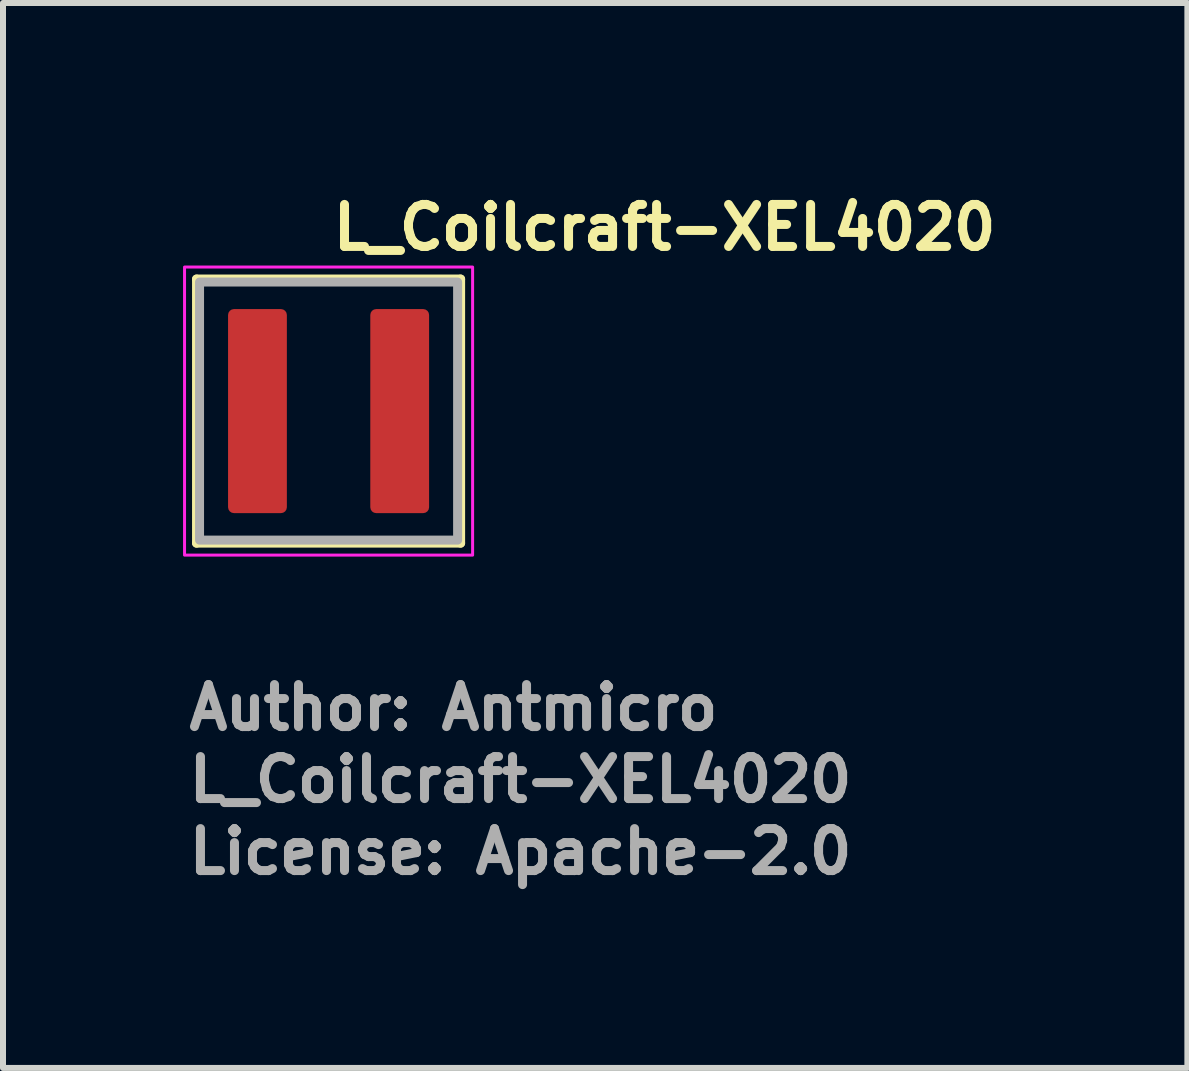
<source format=kicad_pcb>
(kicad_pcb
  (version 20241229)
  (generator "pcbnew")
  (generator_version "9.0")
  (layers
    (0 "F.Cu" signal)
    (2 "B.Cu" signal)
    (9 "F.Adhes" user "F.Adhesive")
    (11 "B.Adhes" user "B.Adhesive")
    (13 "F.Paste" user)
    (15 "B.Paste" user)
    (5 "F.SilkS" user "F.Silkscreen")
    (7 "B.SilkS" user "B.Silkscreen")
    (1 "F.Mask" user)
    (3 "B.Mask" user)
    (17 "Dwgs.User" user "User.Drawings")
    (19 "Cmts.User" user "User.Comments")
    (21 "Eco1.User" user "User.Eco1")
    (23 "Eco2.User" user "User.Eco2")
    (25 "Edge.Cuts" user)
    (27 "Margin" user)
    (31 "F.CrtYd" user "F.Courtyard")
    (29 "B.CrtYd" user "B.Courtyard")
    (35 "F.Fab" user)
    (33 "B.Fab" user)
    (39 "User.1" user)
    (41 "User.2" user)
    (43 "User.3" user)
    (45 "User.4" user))
  (footprint "L_Coilcraft-XEL4020"
    (layer "F.Cu")
    (at 2.425 3.8)
    (property "Reference" "L_Coilcraft-XEL4020" (at 0 -2.65 0) (layer "F.SilkS") (effects (font (size 0.7 0.7) (thickness 0.15)) (justify left bottom)))
    (attr smd)
    (fp_line (start -2.2 -2.2) (end 2.2 -2.2) (stroke (width 0.15) (type solid)) (layer "F.SilkS"))
    (fp_line (start -2.2 2.2) (end -2.2 -2.2) (stroke (width 0.15) (type solid)) (layer "F.SilkS"))
    (fp_line (start -2.2 2.2) (end 2.2 2.2) (stroke (width 0.15) (type solid)) (layer "F.SilkS"))
    (fp_line (start 2.2 2.2) (end 2.2 -2.2) (stroke (width 0.15) (type solid)) (layer "F.SilkS"))
    (fp_rect (start -2.4 -2.4) (end 2.4 2.4) (stroke (width 0.05) (type solid)) (fill no) (layer "F.CrtYd"))
    (fp_rect (start -2.15 -2.15) (end 2.15 2.15) (stroke (width 0.15) (type solid)) (fill no) (layer "F.Fab"))
    (fp_rect (start -2.15 -2.15) (end 2.15 2.15) (stroke (width 0.15) (type solid)) (fill no) (layer "User.5"))
    (fp_line (start -2.15 -2.15) (end -2.15 2.148) (stroke (width 0.02) (type solid)) (layer "User.9"))
    (fp_line (start -2.15 2.148) (end 2.148 2.148) (stroke (width 0.02) (type solid)) (layer "User.9"))
    (fp_line (start -1.903 -1.873) (end -1.657 -1.873) (stroke (width 0.02) (type solid)) (layer "User.9"))
    (fp_line (start -1.903 1.87) (end -1.903 -1.873) (stroke (width 0.02) (type solid)) (layer "User.9"))
    (fp_line (start -1.657 -1.873) (end -1.657 1.87) (stroke (width 0.02) (type solid)) (layer "User.9"))
    (fp_line (start -1.657 1.87) (end -1.903 1.87) (stroke (width 0.02) (type solid)) (layer "User.9"))
    (fp_line (start 2.148 -2.15) (end -2.15 -2.15) (stroke (width 0.02) (type solid)) (layer "User.9"))
    (fp_line (start 2.148 2.148) (end 2.148 -2.15) (stroke (width 0.02) (type solid)) (layer "User.9"))
    (fp_text user "License: Apache-2.0" (at -2.4 7.75 0) (layer "F.Fab") (effects (font (size 0.7 0.7) (thickness 0.15)) (justify left bottom)))
    (fp_text user "Author: Antmicro" (at -2.4 5.35 0) (layer "F.Fab") (effects (font (size 0.7 0.7) (thickness 0.15)) (justify left bottom)))
    (fp_text user "${REFERENCE}" (at -2.4 6.55 0) (layer "F.Fab") (effects (font (size 0.7 0.7) (thickness 0.15)) (justify left bottom)))
    (pad "1" smd roundrect (at -1.185 0) (size 0.98 3.4) (layers "F.Cu" "F.Mask" "F.Paste") (roundrect_rratio 0.1))
    (pad "2" smd roundrect (at 1.185 0) (size 0.98 3.4) (layers "F.Cu" "F.Mask" "F.Paste") (roundrect_rratio 0.1)))
  (gr_rect
    (start -3 -3)
    (end 16.735 14.745)
    (stroke (width 0.1) (type default))
    (fill no)
    (layer "Edge.Cuts")))
</source>
